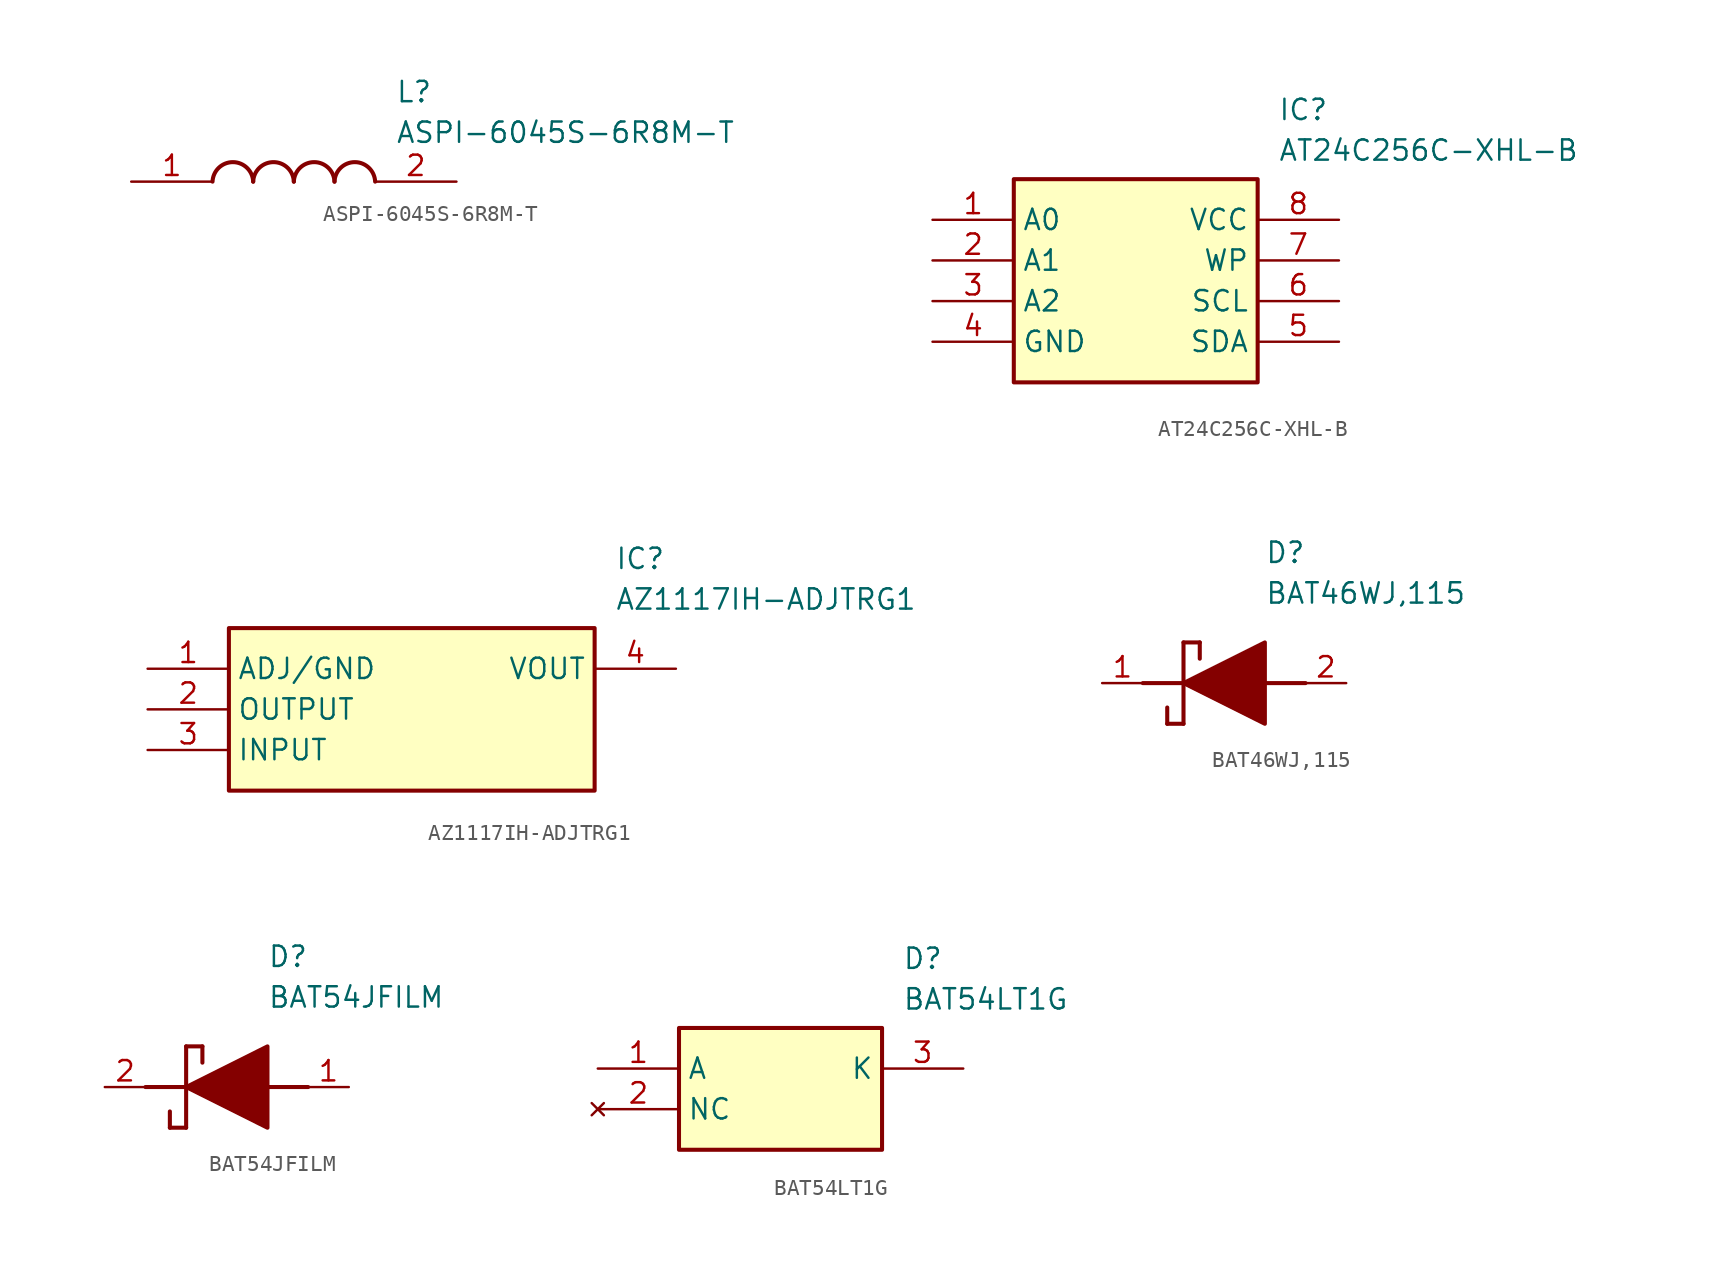
<source format=kicad_sym>
(kicad_symbol_lib
  (version 20231120)
  (generator "kicad_symbol_editor")
  (generator_version "8.0")
  (symbol "ASPI-6045S-6R8M-T"
    (pin_names hide)
    (property "Reference" "L"
      (at 16.51 6.35 0)
      (effects (font (size 1.27 1.27)) (justify left top)))
    (property "Value" "ASPI-6045S-6R8M-T"
      (at 16.51 3.81 0)
      (effects (font (size 1.27 1.27)) (justify left top)))
    (symbol "ASPI-6045S-6R8M-T_1_1"
      (arc (start 7.62 0) (mid 6.35 1.219) (end 5.08 0) (stroke (width 0.254) (type default)) (fill (type none)))
      (arc (start 10.16 0) (mid 8.89 1.219) (end 7.62 0) (stroke (width 0.254) (type default)) (fill (type none)))
      (arc (start 12.7 0) (mid 11.43 1.219) (end 10.16 0) (stroke (width 0.254) (type default)) (fill (type none)))
      (arc (start 15.24 0) (mid 13.97 1.219) (end 12.7 0) (stroke (width 0.254) (type default)) (fill (type none)))
      (pin passive line (at 0 0 0) (length 5.08) (name "1" (effects (font (size 1.27 1.27)))) (number "1" (effects (font (size 1.27 1.27)))))
      (pin passive line (at 20.32 0 180) (length 5.08) (name "2" (effects (font (size 1.27 1.27)))) (number "2" (effects (font (size 1.27 1.27)))))))
  (symbol "AT24C256C-XHL-B"
    (property "Reference" "IC"
      (at 21.59 7.62 0)
      (effects (font (size 1.27 1.27)) (justify left top)))
    (property "Value" "AT24C256C-XHL-B"
      (at 21.59 5.08 0)
      (effects (font (size 1.27 1.27)) (justify left top)))
    (symbol "AT24C256C-XHL-B_1_1"
      (rectangle (start 5.08 2.54) (end 20.32 -10.16) (stroke (width 0.254) (type default)) (fill (type background)))
      (pin passive line (at 0 0 0) (length 5.08) (name "A0" (effects (font (size 1.27 1.27)))) (number "1" (effects (font (size 1.27 1.27)))))
      (pin passive line (at 0 -2.54 0) (length 5.08) (name "A1" (effects (font (size 1.27 1.27)))) (number "2" (effects (font (size 1.27 1.27)))))
      (pin passive line (at 0 -5.08 0) (length 5.08) (name "A2" (effects (font (size 1.27 1.27)))) (number "3" (effects (font (size 1.27 1.27)))))
      (pin passive line (at 0 -7.62 0) (length 5.08) (name "GND" (effects (font (size 1.27 1.27)))) (number "4" (effects (font (size 1.27 1.27)))))
      (pin passive line (at 25.4 -7.62 180) (length 5.08) (name "SDA" (effects (font (size 1.27 1.27)))) (number "5" (effects (font (size 1.27 1.27)))))
      (pin passive line (at 25.4 -5.08 180) (length 5.08) (name "SCL" (effects (font (size 1.27 1.27)))) (number "6" (effects (font (size 1.27 1.27)))))
      (pin passive line (at 25.4 -2.54 180) (length 5.08) (name "WP" (effects (font (size 1.27 1.27)))) (number "7" (effects (font (size 1.27 1.27)))))
      (pin passive line (at 25.4 0 180) (length 5.08) (name "VCC" (effects (font (size 1.27 1.27)))) (number "8" (effects (font (size 1.27 1.27)))))))
  (symbol "AZ1117IH-ADJTRG1"
    (property "Reference" "IC"
      (at 29.21 7.62 0)
      (effects (font (size 1.27 1.27)) (justify left top)))
    (property "Value" "AZ1117IH-ADJTRG1"
      (at 29.21 5.08 0)
      (effects (font (size 1.27 1.27)) (justify left top)))
    (symbol "AZ1117IH-ADJTRG1_1_1"
      (rectangle (start 5.08 2.54) (end 27.94 -7.62) (stroke (width 0.254) (type default)) (fill (type background)))
      (pin passive line (at 0 0 0) (length 5.08) (name "ADJ/GND" (effects (font (size 1.27 1.27)))) (number "1" (effects (font (size 1.27 1.27)))))
      (pin passive line (at 0 -2.54 0) (length 5.08) (name "OUTPUT" (effects (font (size 1.27 1.27)))) (number "2" (effects (font (size 1.27 1.27)))))
      (pin passive line (at 0 -5.08 0) (length 5.08) (name "INPUT" (effects (font (size 1.27 1.27)))) (number "3" (effects (font (size 1.27 1.27)))))
      (pin passive line (at 33.02 0 180) (length 5.08) (name "VOUT" (effects (font (size 1.27 1.27)))) (number "4" (effects (font (size 1.27 1.27)))))))
  (symbol "BAT46WJ,115"
    (pin_names hide)
    (property "Reference" "D"
      (at 12.7 8.89 0)
      (effects (font (size 1.27 1.27)) (justify left top)))
    (property "Value" "BAT46WJ,115"
      (at 12.7 6.35 0)
      (effects (font (size 1.27 1.27)) (justify left top)))
    (symbol "BAT46WJ,115_1_1"
      (polyline (pts (xy 5.08 0) (xy 7.62 0)) (stroke (width 0.254) (type default)) (fill (type none)))
      (polyline (pts (xy 6.604 -1.524) (xy 6.604 -2.54)) (stroke (width 0.254) (type default)) (fill (type none)))
      (polyline (pts (xy 7.62 -2.54) (xy 6.604 -2.54)) (stroke (width 0.254) (type default)) (fill (type none)))
      (polyline (pts (xy 7.62 2.54) (xy 7.62 -2.54)) (stroke (width 0.254) (type default)) (fill (type none)))
      (polyline (pts (xy 7.62 2.54) (xy 8.636 2.54)) (stroke (width 0.254) (type default)) (fill (type none)))
      (polyline (pts (xy 8.636 1.524) (xy 8.636 2.54)) (stroke (width 0.254) (type default)) (fill (type none)))
      (polyline (pts (xy 12.7 0) (xy 15.24 0)) (stroke (width 0.254) (type default)) (fill (type none)))
      (polyline (pts (xy 7.62 0) (xy 12.7 2.54) (xy 12.7 -2.54) (xy 7.62 0)) (stroke (width 0.254) (type default)) (fill (type outline)))
      (pin passive line (at 2.54 0 0) (length 2.54) (name "K" (effects (font (size 1.27 1.27)))) (number "1" (effects (font (size 1.27 1.27)))))
      (pin passive line (at 17.78 0 180) (length 2.54) (name "A" (effects (font (size 1.27 1.27)))) (number "2" (effects (font (size 1.27 1.27)))))))
  (symbol "BAT54JFILM"
    (pin_names hide)
    (property "Reference" "D"
      (at 12.7 8.89 0)
      (effects (font (size 1.27 1.27)) (justify left top)))
    (property "Value" "BAT54JFILM"
      (at 12.7 6.35 0)
      (effects (font (size 1.27 1.27)) (justify left top)))
    (symbol "BAT54JFILM_1_1"
      (polyline (pts (xy 5.08 0) (xy 7.62 0)) (stroke (width 0.254) (type default)) (fill (type none)))
      (polyline (pts (xy 6.604 -1.524) (xy 6.604 -2.54)) (stroke (width 0.254) (type default)) (fill (type none)))
      (polyline (pts (xy 7.62 -2.54) (xy 6.604 -2.54)) (stroke (width 0.254) (type default)) (fill (type none)))
      (polyline (pts (xy 7.62 2.54) (xy 7.62 -2.54)) (stroke (width 0.254) (type default)) (fill (type none)))
      (polyline (pts (xy 7.62 2.54) (xy 8.636 2.54)) (stroke (width 0.254) (type default)) (fill (type none)))
      (polyline (pts (xy 8.636 1.524) (xy 8.636 2.54)) (stroke (width 0.254) (type default)) (fill (type none)))
      (polyline (pts (xy 12.7 0) (xy 15.24 0)) (stroke (width 0.254) (type default)) (fill (type none)))
      (polyline (pts (xy 7.62 0) (xy 12.7 2.54) (xy 12.7 -2.54) (xy 7.62 0)) (stroke (width 0.254) (type default)) (fill (type outline)))
      (pin passive line (at 17.78 0 180) (length 2.54) (name "A" (effects (font (size 1.27 1.27)))) (number "1" (effects (font (size 1.27 1.27)))))
      (pin passive line (at 2.54 0 0) (length 2.54) (name "K" (effects (font (size 1.27 1.27)))) (number "2" (effects (font (size 1.27 1.27)))))))
  (symbol "BAT54LT1G"
    (property "Reference" "D"
      (at 19.05 7.62 0)
      (effects (font (size 1.27 1.27)) (justify left top)))
    (property "Value" "BAT54LT1G"
      (at 19.05 5.08 0)
      (effects (font (size 1.27 1.27)) (justify left top)))
    (symbol "BAT54LT1G_1_1"
      (rectangle (start 5.08 2.54) (end 17.78 -5.08) (stroke (width 0.254) (type default)) (fill (type background)))
      (pin passive line (at 0 0 0) (length 5.08) (name "A" (effects (font (size 1.27 1.27)))) (number "1" (effects (font (size 1.27 1.27)))))
      (pin no_connect line (at 0 -2.54 0) (length 5.08) (name "NC" (effects (font (size 1.27 1.27)))) (number "2" (effects (font (size 1.27 1.27)))))
      (pin passive line (at 22.86 0 180) (length 5.08) (name "K" (effects (font (size 1.27 1.27)))) (number "3" (effects (font (size 1.27 1.27))))))))
</source>
